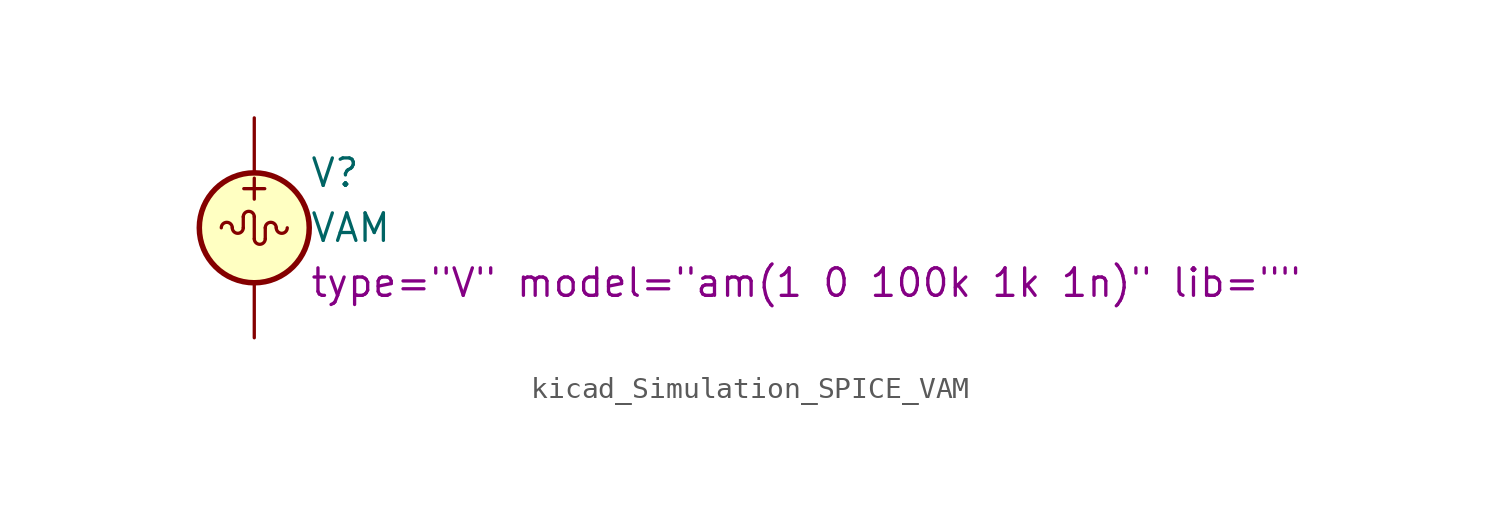
<source format=kicad_sym>
(kicad_symbol_lib
  (version 20220914)
  (generator kicad_symbol_editor)
  (symbol "kicad_Simulation_SPICE_VAM"
    (pin_numbers hide)
    (pin_names
      (offset 0.025))
    (property "Reference" "V"
      (at 2.54 2.54 0)
      (effects (font (size 1.27 1.27)) (justify left)))
    (property "Value" "VAM"
      (at 2.54 0 0)
      (effects (font (size 1.27 1.27)) (justify left)))
    (property "Sim.Params" "type=\"V\" model=\"am(1 0 100k 1k 1n)\" lib=\"\""
      (at 2.54 -2.54 0)
      (effects (font (size 1.27 1.27)) (justify left)))
    (symbol "kicad_Simulation_SPICE_VAM_0_0"
      (arc (start 0 0.508) (mid -0.254 0.7609) (end -0.508 0.508) (stroke (width 0) (type default)) (fill (type none)))
      (text "+" (at 0 1.905 0) (effects (font (size 1.27 1.27)))))
    (symbol "kicad_Simulation_SPICE_VAM_0_1"
      (arc (start -1.016 0) (mid -1.27 0.2529) (end -1.524 0) (stroke (width 0) (type default)) (fill (type none)))
      (arc (start -1.016 0) (mid -0.762 -0.2529) (end -0.508 0) (stroke (width 0) (type default)) (fill (type none)))
      (arc (start 0 -0.508) (mid 0.254 -0.7609) (end 0.508 -0.508) (stroke (width 0) (type default)) (fill (type none)))
      (polyline (pts (xy -0.508 0.508) (xy -0.508 0)) (stroke (width 0) (type default)) (fill (type none)))
      (polyline (pts (xy 0 0.508) (xy 0 -0.508)) (stroke (width 0) (type default)) (fill (type none)))
      (polyline (pts (xy 0.508 -0.508) (xy 0.508 0)) (stroke (width 0) (type default)) (fill (type none)))
      (circle (center 0 0) (radius 2.54) (stroke (width 0.254) (type default)) (fill (type background)))
      (arc (start 1.016 0) (mid 0.762 0.2529) (end 0.508 0) (stroke (width 0) (type default)) (fill (type none)))
      (arc (start 1.016 0) (mid 1.27 -0.2529) (end 1.524 0) (stroke (width 0) (type default)) (fill (type none))))
    (symbol "kicad_Simulation_SPICE_VAM_1_1"
      (pin passive line (at 0 5.08 270) (length 2.54) (name "~" (effects (font (size 1.27 1.27)))) (number "1" (effects (font (size 1.27 1.27)))))
      (pin passive line (at 0 -5.08 90) (length 2.54) (name "~" (effects (font (size 1.27 1.27)))) (number "2" (effects (font (size 1.27 1.27))))))))
</source>
